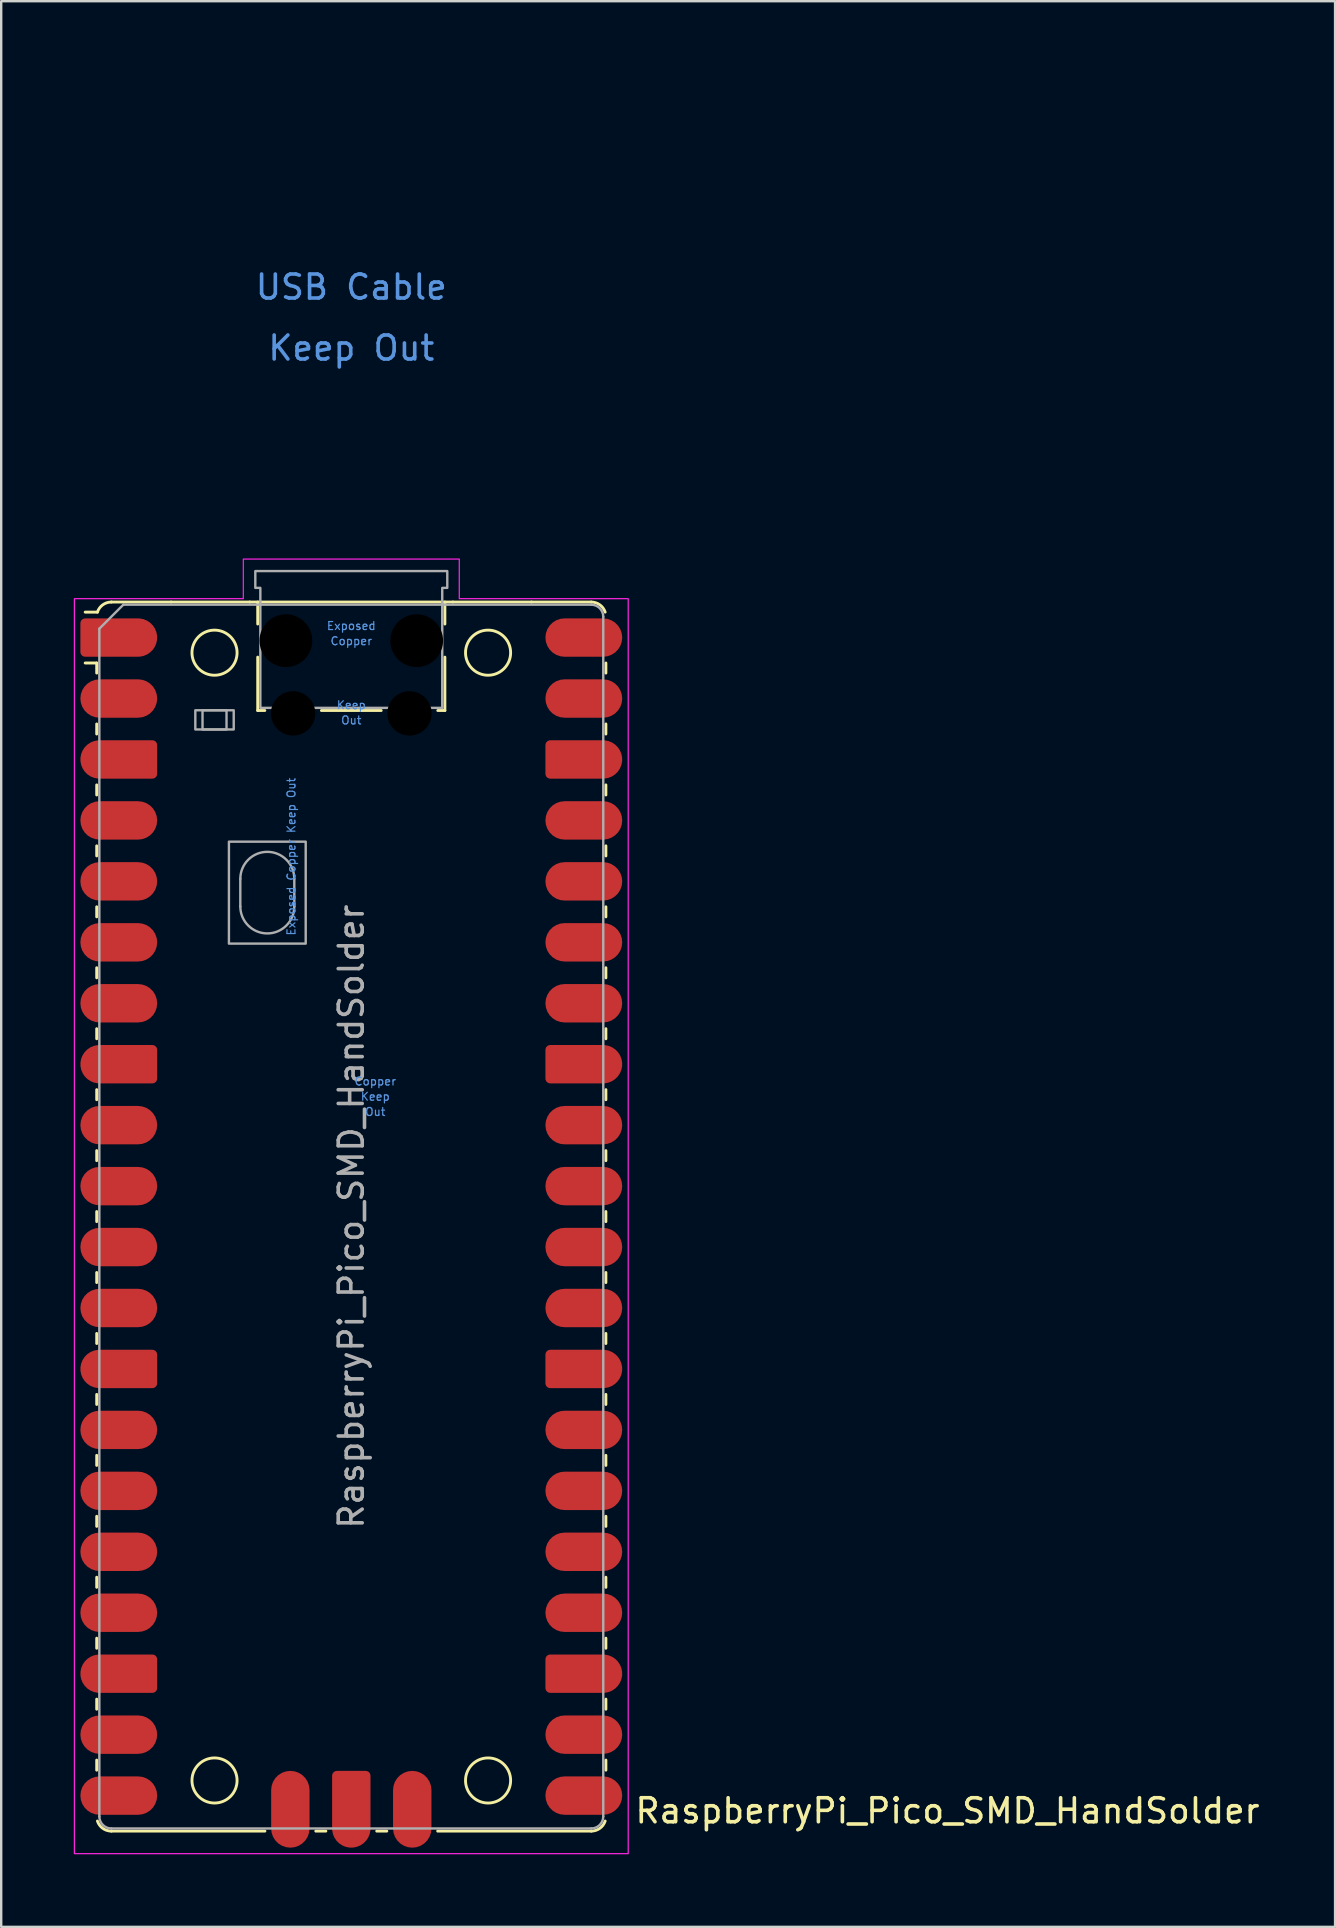
<source format=kicad_pcb>
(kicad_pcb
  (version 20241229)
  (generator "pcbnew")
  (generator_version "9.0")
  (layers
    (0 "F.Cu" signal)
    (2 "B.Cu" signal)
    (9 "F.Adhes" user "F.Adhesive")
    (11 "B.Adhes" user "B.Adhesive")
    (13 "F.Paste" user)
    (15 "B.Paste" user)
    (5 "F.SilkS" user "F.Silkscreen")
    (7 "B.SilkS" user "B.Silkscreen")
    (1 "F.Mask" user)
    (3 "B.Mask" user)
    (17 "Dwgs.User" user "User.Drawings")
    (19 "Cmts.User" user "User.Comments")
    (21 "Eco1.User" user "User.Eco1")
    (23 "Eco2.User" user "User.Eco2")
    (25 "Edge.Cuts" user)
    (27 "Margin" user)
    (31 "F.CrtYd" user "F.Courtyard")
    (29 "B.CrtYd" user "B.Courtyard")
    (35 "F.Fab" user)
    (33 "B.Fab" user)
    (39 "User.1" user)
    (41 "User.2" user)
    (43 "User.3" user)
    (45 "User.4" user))
  (footprint "RaspberryPi_Pico_SMD_HandSolder"
    (layer "F.Cu")
    (at 11.59 47.65)
    (property "Reference" "RaspberryPi_Pico_SMD_HandSolder" (at 11.748 24.765 0) (unlocked yes) (layer "F.SilkS") (effects (font (size 1 1) (thickness 0.15)) (justify left)))
    (attr smd)
    (fp_line (start -10.61 -23.07) (end -11.09 -23.07) (stroke (width 0.12) (type solid)) (layer "F.SilkS"))
    (fp_line (start -10.61 -23.07) (end -10.61 -22.65) (stroke (width 0.12) (type solid)) (layer "F.SilkS"))
    (fp_line (start -10.61 -20.53) (end -10.61 -20.11) (stroke (width 0.12) (type solid)) (layer "F.SilkS"))
    (fp_line (start -10.61 -17.99) (end -10.61 -17.57) (stroke (width 0.12) (type solid)) (layer "F.SilkS"))
    (fp_line (start -10.61 -15.45) (end -10.61 -15.03) (stroke (width 0.12) (type solid)) (layer "F.SilkS"))
    (fp_line (start -10.61 -12.91) (end -10.61 -12.49) (stroke (width 0.12) (type solid)) (layer "F.SilkS"))
    (fp_line (start -10.61 -10.37) (end -10.61 -9.95) (stroke (width 0.12) (type solid)) (layer "F.SilkS"))
    (fp_line (start -10.61 -7.83) (end -10.61 -7.41) (stroke (width 0.12) (type solid)) (layer "F.SilkS"))
    (fp_line (start -10.61 -5.29) (end -10.61 -4.87) (stroke (width 0.12) (type solid)) (layer "F.SilkS"))
    (fp_line (start -10.61 -2.75) (end -10.61 -2.33) (stroke (width 0.12) (type solid)) (layer "F.SilkS"))
    (fp_line (start -10.61 -0.21) (end -10.61 0.21) (stroke (width 0.12) (type solid)) (layer "F.SilkS"))
    (fp_line (start -10.61 2.33) (end -10.61 2.75) (stroke (width 0.12) (type solid)) (layer "F.SilkS"))
    (fp_line (start -10.61 4.87) (end -10.61 5.29) (stroke (width 0.12) (type solid)) (layer "F.SilkS"))
    (fp_line (start -10.61 7.41) (end -10.61 7.83) (stroke (width 0.12) (type solid)) (layer "F.SilkS"))
    (fp_line (start -10.61 9.95) (end -10.61 10.37) (stroke (width 0.12) (type solid)) (layer "F.SilkS"))
    (fp_line (start -10.61 12.49) (end -10.61 12.91) (stroke (width 0.12) (type solid)) (layer "F.SilkS"))
    (fp_line (start -10.61 15.03) (end -10.61 15.45) (stroke (width 0.12) (type solid)) (layer "F.SilkS"))
    (fp_line (start -10.61 17.57) (end -10.61 17.99) (stroke (width 0.12) (type solid)) (layer "F.SilkS"))
    (fp_line (start -10.61 20.11) (end -10.61 20.53) (stroke (width 0.12) (type solid)) (layer "F.SilkS"))
    (fp_line (start -10.61 22.65) (end -10.61 23.07) (stroke (width 0.12) (type solid)) (layer "F.SilkS"))
    (fp_line (start -10.58 -25.19) (end -11.09 -25.19) (stroke (width 0.12) (type solid)) (layer "F.SilkS"))
    (fp_line (start -10 -25.61) (end -7.51 -25.61) (stroke (width 0.12) (type solid)) (layer "F.SilkS"))
    (fp_line (start -10 25.61) (end -3.6 25.61) (stroke (width 0.12) (type solid)) (layer "F.SilkS"))
    (fp_line (start -7.51 -25.61) (end -4.235 -25.61) (stroke (width 0.12) (type solid)) (layer "F.SilkS"))
    (fp_line (start -4.235 -25.61) (end 4.235 -25.61) (stroke (width 0.12) (type solid)) (layer "F.SilkS"))
    (fp_line (start -3.9 -25.61) (end -3.9 -24.694) (stroke (width 0.12) (type solid)) (layer "F.SilkS"))
    (fp_line (start -3.9 -23.315) (end -3.9 -21.09) (stroke (width 0.12) (type solid)) (layer "F.SilkS"))
    (fp_line (start -3.9 -21.09) (end -3.604 -21.09) (stroke (width 0.12) (type solid)) (layer "F.SilkS"))
    (fp_line (start -1.48 25.61) (end -1.06 25.61) (stroke (width 0.12) (type solid)) (layer "F.SilkS"))
    (fp_line (start -1.246 -21.09) (end 1.246 -21.09) (stroke (width 0.12) (type solid)) (layer "F.SilkS"))
    (fp_line (start 1.06 25.61) (end 1.48 25.61) (stroke (width 0.12) (type solid)) (layer "F.SilkS"))
    (fp_line (start 3.6 25.61) (end 10 25.61) (stroke (width 0.12) (type solid)) (layer "F.SilkS"))
    (fp_line (start 3.604 -21.09) (end 3.9 -21.09) (stroke (width 0.12) (type solid)) (layer "F.SilkS"))
    (fp_line (start 3.9 -25.61) (end 3.9 -24.694) (stroke (width 0.12) (type solid)) (layer "F.SilkS"))
    (fp_line (start 3.9 -23.315) (end 3.9 -21.09) (stroke (width 0.12) (type solid)) (layer "F.SilkS"))
    (fp_line (start 4.235 -25.61) (end 7.51 -25.61) (stroke (width 0.12) (type solid)) (layer "F.SilkS"))
    (fp_line (start 10 -25.61) (end 7.51 -25.61) (stroke (width 0.12) (type solid)) (layer "F.SilkS"))
    (fp_line (start 10.61 -23.07) (end 10.61 -22.65) (stroke (width 0.12) (type solid)) (layer "F.SilkS"))
    (fp_line (start 10.61 -20.53) (end 10.61 -20.11) (stroke (width 0.12) (type solid)) (layer "F.SilkS"))
    (fp_line (start 10.61 -17.99) (end 10.61 -17.57) (stroke (width 0.12) (type solid)) (layer "F.SilkS"))
    (fp_line (start 10.61 -15.45) (end 10.61 -15.03) (stroke (width 0.12) (type solid)) (layer "F.SilkS"))
    (fp_line (start 10.61 -12.91) (end 10.61 -12.49) (stroke (width 0.12) (type solid)) (layer "F.SilkS"))
    (fp_line (start 10.61 -10.37) (end 10.61 -9.95) (stroke (width 0.12) (type solid)) (layer "F.SilkS"))
    (fp_line (start 10.61 -7.83) (end 10.61 -7.41) (stroke (width 0.12) (type solid)) (layer "F.SilkS"))
    (fp_line (start 10.61 -5.29) (end 10.61 -4.87) (stroke (width 0.12) (type solid)) (layer "F.SilkS"))
    (fp_line (start 10.61 -2.75) (end 10.61 -2.33) (stroke (width 0.12) (type solid)) (layer "F.SilkS"))
    (fp_line (start 10.61 -0.21) (end 10.61 0.21) (stroke (width 0.12) (type solid)) (layer "F.SilkS"))
    (fp_line (start 10.61 2.33) (end 10.61 2.75) (stroke (width 0.12) (type solid)) (layer "F.SilkS"))
    (fp_line (start 10.61 4.87) (end 10.61 5.29) (stroke (width 0.12) (type solid)) (layer "F.SilkS"))
    (fp_line (start 10.61 7.41) (end 10.61 7.83) (stroke (width 0.12) (type solid)) (layer "F.SilkS"))
    (fp_line (start 10.61 9.95) (end 10.61 10.37) (stroke (width 0.12) (type solid)) (layer "F.SilkS"))
    (fp_line (start 10.61 12.49) (end 10.61 12.91) (stroke (width 0.12) (type solid)) (layer "F.SilkS"))
    (fp_line (start 10.61 15.03) (end 10.61 15.45) (stroke (width 0.12) (type solid)) (layer "F.SilkS"))
    (fp_line (start 10.61 17.57) (end 10.61 17.99) (stroke (width 0.12) (type solid)) (layer "F.SilkS"))
    (fp_line (start 10.61 20.11) (end 10.61 20.53) (stroke (width 0.12) (type solid)) (layer "F.SilkS"))
    (fp_line (start 10.61 22.65) (end 10.61 23.07) (stroke (width 0.12) (type solid)) (layer "F.SilkS"))
    (fp_arc (start -10.579676 -25.19) (mid -10.357938 -25.493944) (end -10 -25.61) (stroke (width 0.12) (type solid)) (layer "F.SilkS"))
    (fp_arc (start -10 25.61) (mid -10.357937 25.493944) (end -10.579676 25.189937) (stroke (width 0.12) (type solid)) (layer "F.SilkS"))
    (fp_arc (start 10 -25.61) (mid 10.357937 -25.493944) (end 10.579676 -25.189937) (stroke (width 0.12) (type solid)) (layer "F.SilkS"))
    (fp_arc (start 10.579676 25.189937) (mid 10.357958 25.493991) (end 10 25.61) (stroke (width 0.12) (type solid)) (layer "F.SilkS"))
    (fp_circle (center -5.7 -23.5) (end -4.76 -23.5) (stroke (width 0.12) (type solid)) (fill no) (layer "F.SilkS"))
    (fp_circle (center -5.7 23.5) (end -4.76 23.5) (stroke (width 0.12) (type solid)) (fill no) (layer "F.SilkS"))
    (fp_circle (center 5.7 -23.5) (end 6.64 -23.5) (stroke (width 0.12) (type solid)) (fill no) (layer "F.SilkS"))
    (fp_circle (center 5.7 23.5) (end 6.64 23.5) (stroke (width 0.12) (type solid)) (fill no) (layer "F.SilkS"))
    (fp_poly (pts (xy -4.5 -27.4) (xy 4.5 -27.4) (xy 4.5 -25.75) (xy 11.54 -25.75) (xy 11.54 26.55) (xy -11.54 26.55) (xy -11.54 -25.75) (xy -4.5 -25.75)) (stroke (width 0.05) (type solid)) (fill no) (layer "F.CrtYd"))
    (fp_line (start -10.5 -24.5) (end -9.5 -25.5) (stroke (width 0.1) (type solid)) (layer "F.Fab"))
    (fp_line (start -10.5 25) (end -10.5 -24.5) (stroke (width 0.1) (type solid)) (layer "F.Fab"))
    (fp_line (start -9.5 -25.5) (end 10 -25.5) (stroke (width 0.1) (type solid)) (layer "F.Fab"))
    (fp_line (start -4.625 -14.075) (end -4.625 -12.925) (stroke (width 0.1) (type solid)) (layer "F.Fab"))
    (fp_line (start -2.375 -14.075) (end -2.375 -12.925) (stroke (width 0.1) (type solid)) (layer "F.Fab"))
    (fp_line (start 10 25.5) (end -10 25.5) (stroke (width 0.1) (type solid)) (layer "F.Fab"))
    (fp_line (start 10.5 -25) (end 10.5 25) (stroke (width 0.1) (type solid)) (layer "F.Fab"))
    (fp_rect (start -6.5 -21.1) (end -4.9 -20.3) (stroke (width 0.1) (type solid)) (fill no) (layer "F.Fab"))
    (fp_rect (start -6.2 -21.1) (end -5.2 -20.3) (stroke (width 0.1) (type solid)) (fill no) (layer "F.Fab"))
    (fp_rect (start -5.1 -15.625) (end -1.9 -11.375) (stroke (width 0.1) (type solid)) (fill no) (layer "F.Fab"))
    (fp_arc (start -10 25.5) (mid -10.353553 25.353553) (end -10.5 25) (stroke (width 0.1) (type solid)) (layer "F.Fab"))
    (fp_arc (start -4.625 -14.075) (mid -3.5 -15.2) (end -2.375 -14.075) (stroke (width 0.1) (type solid)) (layer "F.Fab"))
    (fp_arc (start -2.375 -12.925) (mid -3.5 -11.8) (end -4.625 -12.925) (stroke (width 0.1) (type solid)) (layer "F.Fab"))
    (fp_arc (start 10 -25.5) (mid 10.353553 -25.353553) (end 10.5 -25) (stroke (width 0.1) (type solid)) (layer "F.Fab"))
    (fp_arc (start 10.5 25) (mid 10.353553 25.353553) (end 10 25.5) (stroke (width 0.1) (type solid)) (layer "F.Fab"))
    (fp_poly (pts (xy 3.79 -21.2) (xy 3.79 -26.2) (xy 4 -26.2) (xy 4 -26.9) (xy -4 -26.9) (xy -4 -26.2) (xy -3.79 -26.2) (xy -3.79 -21.2)) (stroke (width 0.1) (type solid)) (fill no) (layer "F.Fab"))
    (fp_text user "Out" (at 1 -4.365 0) (unlocked yes) (layer "Cmts.User") (effects (font (size 0.333 0.333) (thickness 0.05))))
    (fp_text user "Exposed" (at 0 -24.617 0) (unlocked yes) (layer "Cmts.User") (effects (font (size 0.333 0.333) (thickness 0.05))))
    (fp_text user "Keep Out" (at 0 -36.195 0) (unlocked yes) (layer "Cmts.User") (effects (font (size 1 1) (thickness 0.15))))
    (fp_text user "Keep" (at 1 -5 0) (unlocked yes) (layer "Cmts.User") (effects (font (size 0.333 0.333) (thickness 0.05))))
    (fp_text user "Copper" (at 1 -5.635 0) (unlocked yes) (layer "Cmts.User") (effects (font (size 0.333 0.333) (thickness 0.05))))
    (fp_text user "Copper" (at 0 -23.983 0) (unlocked yes) (layer "Cmts.User") (effects (font (size 0.333 0.333) (thickness 0.05))))
    (fp_text user "Keep" (at 0 -21.317 0) (unlocked yes) (layer "Cmts.User") (effects (font (size 0.333 0.333) (thickness 0.05))))
    (fp_text user "USB Cable" (at 0 -38.735 0) (unlocked yes) (layer "Cmts.User") (effects (font (size 1 1) (thickness 0.15))))
    (fp_text user "Out" (at 0 -20.683 0) (unlocked yes) (layer "Cmts.User") (effects (font (size 0.333 0.333) (thickness 0.05))))
    (fp_text user "Exposed Copper Keep Out" (at -2.5 -15 90) (unlocked yes) (layer "Cmts.User") (effects (font (size 0.333 0.333) (thickness 0.05))))
    (fp_text user "${REFERENCE}" (at 0 0 90) (layer "F.Fab") (effects (font (size 1 1) (thickness 0.15))))
    (pad "" smd rect (at -8.89 -24.13) (size 3.8 2.2) (drill (offset -0.8 0)) (layers "F.Paste"))
    (pad "" smd rect (at -8.89 -21.59) (size 3.8 2.2) (drill (offset -0.8 0)) (layers "F.Paste"))
    (pad "" smd rect (at -8.89 -19.05) (size 3.8 2.2) (drill (offset -0.8 0)) (layers "F.Paste"))
    (pad "" smd rect (at -8.89 -16.51) (size 3.8 2.2) (drill (offset -0.8 0)) (layers "F.Paste"))
    (pad "" smd rect (at -8.89 -13.97) (size 3.8 2.2) (drill (offset -0.8 0)) (layers "F.Paste"))
    (pad "" smd rect (at -8.89 -11.43) (size 3.8 2.2) (drill (offset -0.8 0)) (layers "F.Paste"))
    (pad "" smd rect (at -8.89 -8.89) (size 3.8 2.2) (drill (offset -0.8 0)) (layers "F.Paste"))
    (pad "" smd rect (at -8.89 -6.35) (size 3.8 2.2) (drill (offset -0.8 0)) (layers "F.Paste"))
    (pad "" smd rect (at -8.89 -3.81) (size 3.8 2.2) (drill (offset -0.8 0)) (layers "F.Paste"))
    (pad "" smd rect (at -8.89 -1.27) (size 3.8 2.2) (drill (offset -0.8 0)) (layers "F.Paste"))
    (pad "" smd rect (at -8.89 1.27) (size 3.8 2.2) (drill (offset -0.8 0)) (layers "F.Paste"))
    (pad "" smd rect (at -8.89 3.81) (size 3.8 2.2) (drill (offset -0.8 0)) (layers "F.Paste"))
    (pad "" smd rect (at -8.89 6.35) (size 3.8 2.2) (drill (offset -0.8 0)) (layers "F.Paste"))
    (pad "" smd rect (at -8.89 8.89) (size 3.8 2.2) (drill (offset -0.8 0)) (layers "F.Paste"))
    (pad "" smd rect (at -8.89 11.43) (size 3.8 2.2) (drill (offset -0.8 0)) (layers "F.Paste"))
    (pad "" smd rect (at -8.89 13.97) (size 3.8 2.2) (drill (offset -0.8 0)) (layers "F.Paste"))
    (pad "" smd rect (at -8.89 16.51) (size 3.8 2.2) (drill (offset -0.8 0)) (layers "F.Paste"))
    (pad "" smd rect (at -8.89 19.05) (size 3.8 2.2) (drill (offset -0.8 0)) (layers "F.Paste"))
    (pad "" smd rect (at -8.89 21.59) (size 3.8 2.2) (drill (offset -0.8 0)) (layers "F.Paste"))
    (pad "" smd rect (at -8.89 24.13) (size 3.8 2.2) (drill (offset -0.8 0)) (layers "F.Paste"))
    (pad "" np_thru_hole circle (at -2.725 -24) (size 2.2 2.2) (drill 2.2) (layers "*.Mask"))
    (pad "" smd rect (at -2.54 23.9) (size 2.2 3.8) (drill (offset 0 0.8)) (layers "F.Paste"))
    (pad "" np_thru_hole circle (at -2.425 -20.97) (size 1.85 1.85) (drill 1.85) (layers "*.Mask"))
    (pad "" smd rect (at 0 23.9) (size 2.2 3.8) (drill (offset 0 0.8)) (layers "F.Paste"))
    (pad "" np_thru_hole circle (at 2.425 -20.97) (size 1.85 1.85) (drill 1.85) (layers "*.Mask"))
    (pad "" smd rect (at 2.54 23.9) (size 2.2 3.8) (drill (offset 0 0.8)) (layers "F.Paste"))
    (pad "" np_thru_hole circle (at 2.725 -24) (size 2.2 2.2) (drill 2.2) (layers "*.Mask"))
    (pad "" smd rect (at 8.89 -24.13) (size 3.8 2.2) (drill (offset 0.8 0)) (layers "F.Paste"))
    (pad "" smd rect (at 8.89 -21.59) (size 3.8 2.2) (drill (offset 0.8 0)) (layers "F.Paste"))
    (pad "" smd rect (at 8.89 -19.05) (size 3.8 2.2) (drill (offset 0.8 0)) (layers "F.Paste"))
    (pad "" smd rect (at 8.89 -16.51) (size 3.8 2.2) (drill (offset 0.8 0)) (layers "F.Paste"))
    (pad "" smd rect (at 8.89 -13.97) (size 3.8 2.2) (drill (offset 0.8 0)) (layers "F.Paste"))
    (pad "" smd rect (at 8.89 -11.43) (size 3.8 2.2) (drill (offset 0.8 0)) (layers "F.Paste"))
    (pad "" smd rect (at 8.89 -8.89) (size 3.8 2.2) (drill (offset 0.8 0)) (layers "F.Paste"))
    (pad "" smd rect (at 8.89 -6.35) (size 3.8 2.2) (drill (offset 0.8 0)) (layers "F.Paste"))
    (pad "" smd rect (at 8.89 -3.81) (size 3.8 2.2) (drill (offset 0.8 0)) (layers "F.Paste"))
    (pad "" smd rect (at 8.89 -1.27) (size 3.8 2.2) (drill (offset 0.8 0)) (layers "F.Paste"))
    (pad "" smd rect (at 8.89 1.27) (size 3.8 2.2) (drill (offset 0.8 0)) (layers "F.Paste"))
    (pad "" smd rect (at 8.89 3.81) (size 3.8 2.2) (drill (offset 0.8 0)) (layers "F.Paste"))
    (pad "" smd rect (at 8.89 6.35) (size 3.8 2.2) (drill (offset 0.8 0)) (layers "F.Paste"))
    (pad "" smd rect (at 8.89 8.89) (size 3.8 2.2) (drill (offset 0.8 0)) (layers "F.Paste"))
    (pad "" smd rect (at 8.89 11.43) (size 3.8 2.2) (drill (offset 0.8 0)) (layers "F.Paste"))
    (pad "" smd rect (at 8.89 13.97) (size 3.8 2.2) (drill (offset 0.8 0)) (layers "F.Paste"))
    (pad "" smd rect (at 8.89 16.51) (size 3.8 2.2) (drill (offset 0.8 0)) (layers "F.Paste"))
    (pad "" smd rect (at 8.89 19.05) (size 3.8 2.2) (drill (offset 0.8 0)) (layers "F.Paste"))
    (pad "" smd rect (at 8.89 21.59) (size 3.8 2.2) (drill (offset 0.8 0)) (layers "F.Paste"))
    (pad "" smd rect (at 8.89 24.13) (size 3.8 2.2) (drill (offset 0.8 0)) (layers "F.Paste"))
    (pad "1" smd custom (at -8.89 -24.13) (size 1.6 1.6) (layers "F.Cu" "F.Mask") (options (anchor circle)) (primitives (gr_poly (pts (xy -2.4 0.6) (xy -2.4 -0.6) (xy -2.2 -0.8) (xy 0 -0.8) (xy 0 0.8) (xy -2.2 0.8)) (width 0) (fill yes)) (gr_circle (center -2.2 0.6) (end -2 0.6) (width 0) (fill yes)) (gr_circle (center -2.2 -0.6) (end -2 -0.6) (width 0) (fill yes))))
    (pad "2" smd roundrect (at -8.89 -21.59) (size 3.2 1.6) (drill (offset -0.8 0)) (layers "F.Cu" "F.Mask") (roundrect_rratio 0.5))
    (pad "3" smd custom (at -8.89 -19.05) (size 1.6 1.6) (layers "F.Cu" "F.Mask") (options (anchor circle)) (primitives (gr_poly (pts (xy 0.8 -0.6) (xy 0.8 0.6) (xy 0.6 0.8) (xy -1.6 0.8) (xy -1.6 -0.8) (xy 0.6 -0.8)) (width 0) (fill yes)) (gr_circle (center 0.6 0.6) (end 0.8 0.6) (width 0) (fill yes)) (gr_circle (center 0.6 -0.6) (end 0.8 -0.6) (width 0) (fill yes)) (gr_circle (center -1.6 0) (end -0.8 0) (width 0) (fill yes))))
    (pad "4" smd roundrect (at -8.89 -16.51) (size 3.2 1.6) (drill (offset -0.8 0)) (layers "F.Cu" "F.Mask") (roundrect_rratio 0.5))
    (pad "5" smd roundrect (at -8.89 -13.97) (size 3.2 1.6) (drill (offset -0.8 0)) (layers "F.Cu" "F.Mask") (roundrect_rratio 0.5))
    (pad "6" smd roundrect (at -8.89 -11.43) (size 3.2 1.6) (drill (offset -0.8 0)) (layers "F.Cu" "F.Mask") (roundrect_rratio 0.5))
    (pad "7" smd roundrect (at -8.89 -8.89) (size 3.2 1.6) (drill (offset -0.8 0)) (layers "F.Cu" "F.Mask") (roundrect_rratio 0.5))
    (pad "8" smd custom (at -8.89 -6.35) (size 1.6 1.6) (layers "F.Cu" "F.Mask") (options (anchor circle)) (primitives (gr_poly (pts (xy 0.8 -0.6) (xy 0.8 0.6) (xy 0.6 0.8) (xy -1.6 0.8) (xy -1.6 -0.8) (xy 0.6 -0.8)) (width 0) (fill yes)) (gr_circle (center 0.6 0.6) (end 0.8 0.6) (width 0) (fill yes)) (gr_circle (center 0.6 -0.6) (end 0.8 -0.6) (width 0) (fill yes)) (gr_circle (center -1.6 0) (end -0.8 0) (width 0) (fill yes))))
    (pad "9" smd roundrect (at -8.89 -3.81) (size 3.2 1.6) (drill (offset -0.8 0)) (layers "F.Cu" "F.Mask") (roundrect_rratio 0.5))
    (pad "10" smd roundrect (at -8.89 -1.27) (size 3.2 1.6) (drill (offset -0.8 0)) (layers "F.Cu" "F.Mask") (roundrect_rratio 0.5))
    (pad "11" smd roundrect (at -8.89 1.27) (size 3.2 1.6) (drill (offset -0.8 0)) (layers "F.Cu" "F.Mask") (roundrect_rratio 0.5))
    (pad "12" smd roundrect (at -8.89 3.81) (size 3.2 1.6) (drill (offset -0.8 0)) (layers "F.Cu" "F.Mask") (roundrect_rratio 0.5))
    (pad "13" smd custom (at -8.89 6.35) (size 1.6 1.6) (layers "F.Cu" "F.Mask") (options (anchor circle)) (primitives (gr_poly (pts (xy 0.8 -0.6) (xy 0.8 0.6) (xy 0.6 0.8) (xy -1.6 0.8) (xy -1.6 -0.8) (xy 0.6 -0.8)) (width 0) (fill yes)) (gr_circle (center 0.6 0.6) (end 0.8 0.6) (width 0) (fill yes)) (gr_circle (center 0.6 -0.6) (end 0.8 -0.6) (width 0) (fill yes)) (gr_circle (center -1.6 0) (end -0.8 0) (width 0) (fill yes))))
    (pad "14" smd roundrect (at -8.89 8.89) (size 3.2 1.6) (drill (offset -0.8 0)) (layers "F.Cu" "F.Mask") (roundrect_rratio 0.5))
    (pad "15" smd roundrect (at -8.89 11.43) (size 3.2 1.6) (drill (offset -0.8 0)) (layers "F.Cu" "F.Mask") (roundrect_rratio 0.5))
    (pad "16" smd roundrect (at -8.89 13.97) (size 3.2 1.6) (drill (offset -0.8 0)) (layers "F.Cu" "F.Mask") (roundrect_rratio 0.5))
    (pad "17" smd roundrect (at -8.89 16.51) (size 3.2 1.6) (drill (offset -0.8 0)) (layers "F.Cu" "F.Mask") (roundrect_rratio 0.5))
    (pad "18" smd custom (at -8.89 19.05) (size 1.6 1.6) (layers "F.Cu" "F.Mask") (options (anchor circle)) (primitives (gr_poly (pts (xy 0.8 -0.6) (xy 0.8 0.6) (xy 0.6 0.8) (xy -1.6 0.8) (xy -1.6 -0.8) (xy 0.6 -0.8)) (width 0) (fill yes)) (gr_circle (center 0.6 0.6) (end 0.8 0.6) (width 0) (fill yes)) (gr_circle (center 0.6 -0.6) (end 0.8 -0.6) (width 0) (fill yes)) (gr_circle (center -1.6 0) (end -0.8 0) (width 0) (fill yes))))
    (pad "19" smd roundrect (at -8.89 21.59) (size 3.2 1.6) (drill (offset -0.8 0)) (layers "F.Cu" "F.Mask") (roundrect_rratio 0.5))
    (pad "20" smd roundrect (at -8.89 24.13) (size 3.2 1.6) (drill (offset -0.8 0)) (layers "F.Cu" "F.Mask") (roundrect_rratio 0.5))
    (pad "21" smd roundrect (at 8.89 24.13) (size 3.2 1.6) (drill (offset 0.8 0)) (layers "F.Cu" "F.Mask") (roundrect_rratio 0.5))
    (pad "22" smd roundrect (at 8.89 21.59) (size 3.2 1.6) (drill (offset 0.8 0)) (layers "F.Cu" "F.Mask") (roundrect_rratio 0.5))
    (pad "23" smd custom (at 8.89 19.05) (size 1.6 1.6) (layers "F.Cu" "F.Mask") (options (anchor circle)) (primitives (gr_poly (pts (xy -0.8 -0.6) (xy -0.8 0.6) (xy -0.6 0.8) (xy 1.6 0.8) (xy 1.6 -0.8) (xy -0.6 -0.8)) (width 0) (fill yes)) (gr_circle (center -0.6 0.6) (end -0.4 0.6) (width 0) (fill yes)) (gr_circle (center -0.6 -0.6) (end -0.4 -0.6) (width 0) (fill yes)) (gr_circle (center 1.6 0) (end 2.4 0) (width 0) (fill yes))))
    (pad "24" smd roundrect (at 8.89 16.51) (size 3.2 1.6) (drill (offset 0.8 0)) (layers "F.Cu" "F.Mask") (roundrect_rratio 0.5))
    (pad "25" smd roundrect (at 8.89 13.97) (size 3.2 1.6) (drill (offset 0.8 0)) (layers "F.Cu" "F.Mask") (roundrect_rratio 0.5))
    (pad "26" smd roundrect (at 8.89 11.43) (size 3.2 1.6) (drill (offset 0.8 0)) (layers "F.Cu" "F.Mask") (roundrect_rratio 0.5))
    (pad "27" smd roundrect (at 8.89 8.89) (size 3.2 1.6) (drill (offset 0.8 0)) (layers "F.Cu" "F.Mask") (roundrect_rratio 0.5))
    (pad "28" smd custom (at 8.89 6.35) (size 1.6 1.6) (layers "F.Cu" "F.Mask") (options (anchor circle)) (primitives (gr_poly (pts (xy -0.8 -0.6) (xy -0.8 0.6) (xy -0.6 0.8) (xy 1.6 0.8) (xy 1.6 -0.8) (xy -0.6 -0.8)) (width 0) (fill yes)) (gr_circle (center -0.6 0.6) (end -0.4 0.6) (width 0) (fill yes)) (gr_circle (center -0.6 -0.6) (end -0.4 -0.6) (width 0) (fill yes)) (gr_circle (center 1.6 0) (end 2.4 0) (width 0) (fill yes))))
    (pad "29" smd roundrect (at 8.89 3.81) (size 3.2 1.6) (drill (offset 0.8 0)) (layers "F.Cu" "F.Mask") (roundrect_rratio 0.5))
    (pad "30" smd roundrect (at 8.89 1.27) (size 3.2 1.6) (drill (offset 0.8 0)) (layers "F.Cu" "F.Mask") (roundrect_rratio 0.5))
    (pad "31" smd roundrect (at 8.89 -1.27) (size 3.2 1.6) (drill (offset 0.8 0)) (layers "F.Cu" "F.Mask") (roundrect_rratio 0.5))
    (pad "32" smd roundrect (at 8.89 -3.81) (size 3.2 1.6) (drill (offset 0.8 0)) (layers "F.Cu" "F.Mask") (roundrect_rratio 0.5))
    (pad "33" smd custom (at 8.89 -6.35) (size 1.6 1.6) (layers "F.Cu" "F.Mask") (options (anchor circle)) (primitives (gr_poly (pts (xy -0.8 -0.6) (xy -0.8 0.6) (xy -0.6 0.8) (xy 1.6 0.8) (xy 1.6 -0.8) (xy -0.6 -0.8)) (width 0) (fill yes)) (gr_circle (center -0.6 0.6) (end -0.4 0.6) (width 0) (fill yes)) (gr_circle (center -0.6 -0.6) (end -0.4 -0.6) (width 0) (fill yes)) (gr_circle (center 1.6 0) (end 2.4 0) (width 0) (fill yes))))
    (pad "34" smd roundrect (at 8.89 -8.89) (size 3.2 1.6) (drill (offset 0.8 0)) (layers "F.Cu" "F.Mask") (roundrect_rratio 0.5))
    (pad "35" smd roundrect (at 8.89 -11.43) (size 3.2 1.6) (drill (offset 0.8 0)) (layers "F.Cu" "F.Mask") (roundrect_rratio 0.5))
    (pad "36" smd roundrect (at 8.89 -13.97) (size 3.2 1.6) (drill (offset 0.8 0)) (layers "F.Cu" "F.Mask") (roundrect_rratio 0.5))
    (pad "37" smd roundrect (at 8.89 -16.51) (size 3.2 1.6) (drill (offset 0.8 0)) (layers "F.Cu" "F.Mask") (roundrect_rratio 0.5))
    (pad "38" smd custom (at 8.89 -19.05) (size 1.6 1.6) (layers "F.Cu" "F.Mask") (options (anchor circle)) (primitives (gr_poly (pts (xy -0.8 -0.6) (xy -0.8 0.6) (xy -0.6 0.8) (xy 1.6 0.8) (xy 1.6 -0.8) (xy -0.6 -0.8)) (width 0) (fill yes)) (gr_circle (center -0.6 0.6) (end -0.4 0.6) (width 0) (fill yes)) (gr_circle (center -0.6 -0.6) (end -0.4 -0.6) (width 0) (fill yes)) (gr_circle (center 1.6 0) (end 2.4 0) (width 0) (fill yes))))
    (pad "39" smd roundrect (at 8.89 -21.59) (size 3.2 1.6) (drill (offset 0.8 0)) (layers "F.Cu" "F.Mask") (roundrect_rratio 0.5))
    (pad "40" smd roundrect (at 8.89 -24.13) (size 3.2 1.6) (drill (offset 0.8 0)) (layers "F.Cu" "F.Mask") (roundrect_rratio 0.5))
    (pad "D1" smd roundrect (at -2.54 23.9 90) (size 3.2 1.6) (drill (offset -0.8 0)) (layers "F.Cu" "F.Mask") (roundrect_rratio 0.5))
    (pad "D2" smd custom (at 0 23.9 270) (size 1.6 1.6) (layers "F.Cu" "F.Mask") (options (anchor circle)) (primitives (gr_poly (pts (xy -0.8 -0.6) (xy -0.8 0.6) (xy -0.6 0.8) (xy 1.6 0.8) (xy 1.6 -0.8) (xy -0.6 -0.8)) (width 0) (fill yes)) (gr_circle (center -0.6 0.6) (end -0.4 0.6) (width 0) (fill yes)) (gr_circle (center -0.6 -0.6) (end -0.4 -0.6) (width 0) (fill yes)) (gr_circle (center 1.6 0) (end 2.4 0) (width 0) (fill yes))))
    (pad "D3" smd roundrect (at 2.54 23.9 90) (size 3.2 1.6) (drill (offset -0.8 0)) (layers "F.Cu" "F.Mask") (roundrect_rratio 0.5))
    (zone (net_name "") (layers "F.Cu" "F.Paste") (name "Pad Keep Out TP4") (hatch full 0.5) (connect_pads) (min_thickness 0.25) (filled_areas_thickness no) (keepout (tracks not_allowed) (vias not_allowed) (pads not_allowed) (copperpour not_allowed) (footprints allowed)) (placement (enabled no)) (fill) (polygon (pts (xy 8.574 31.098) (xy 8.448 31.064) (xy 8.334 30.998) (xy 8.242 30.906) (xy 8.176 30.792) (xy 8.142 30.666) (xy 8.14 30.6) (xy 8.14 30.15) (xy 10.04 30.15) (xy 10.04 30.6) (xy 10.038 30.666) (xy 10.004 30.792) (xy 9.938 30.906) (xy 9.846 30.998) (xy 9.732 31.064) (xy 9.606 31.098) (xy 9.54 31.1) (xy 8.64 31.1))))
    (zone (net_name "") (layers "F.Cu" "F.Paste") (name "Pad Keep Out TP5") (hatch full 0.5) (connect_pads) (min_thickness 0.25) (filled_areas_thickness no) (keepout (tracks not_allowed) (vias not_allowed) (pads not_allowed) (copperpour not_allowed) (footprints allowed)) (placement (enabled no)) (fill) (polygon (pts (xy 8.574 33.598) (xy 8.448 33.564) (xy 8.334 33.498) (xy 8.242 33.406) (xy 8.176 33.292) (xy 8.142 33.166) (xy 8.14 33.1) (xy 8.14 32.65) (xy 10.04 32.65) (xy 10.04 33.1) (xy 10.038 33.166) (xy 10.004 33.292) (xy 9.938 33.406) (xy 9.846 33.498) (xy 9.732 33.564) (xy 9.606 33.598) (xy 9.54 33.6) (xy 8.64 33.6))))
    (zone (net_name "") (layers "F.Cu" "F.Paste") (name "Pad Keep Out TP6") (hatch full 0.5) (connect_pads) (min_thickness 0.25) (filled_areas_thickness no) (keepout (tracks not_allowed) (vias not_allowed) (pads not_allowed) (copperpour not_allowed) (footprints allowed)) (placement (enabled no)) (fill) (polygon (pts (xy 8.574 36.098) (xy 8.448 36.064) (xy 8.334 35.998) (xy 8.242 35.906) (xy 8.176 35.792) (xy 8.142 35.666) (xy 8.14 35.6) (xy 8.14 35.15) (xy 10.04 35.15) (xy 10.04 35.6) (xy 10.038 35.666) (xy 10.004 35.792) (xy 9.938 35.906) (xy 9.846 35.998) (xy 9.732 36.064) (xy 9.606 36.098) (xy 9.54 36.1) (xy 8.64 36.1))))
    (zone (net_name "") (layers "F.Cu" "F.Paste") (name "Pad Keep Out TP3") (hatch full 0.5) (connect_pads) (min_thickness 0.25) (filled_areas_thickness no) (keepout (tracks not_allowed) (vias not_allowed) (pads not_allowed) (copperpour not_allowed) (footprints allowed)) (placement (enabled no)) (fill) (polygon (pts (xy 9.642 22.834) (xy 9.676 22.708) (xy 9.742 22.594) (xy 9.834 22.502) (xy 9.948 22.436) (xy 10.074 22.402) (xy 10.14 22.4) (xy 10.59 22.4) (xy 10.59 24.3) (xy 10.14 24.3) (xy 10.074 24.298) (xy 9.948 24.264) (xy 9.834 24.198) (xy 9.742 24.106) (xy 9.676 23.992) (xy 9.642 23.866) (xy 9.64 23.8) (xy 9.64 22.9))))
    (zone (net_name "") (layers "F.Cu" "F.Paste") (name "Pad Keep Out TP4") (hatch full 0.5) (connect_pads) (min_thickness 0.25) (filled_areas_thickness no) (keepout (tracks not_allowed) (vias not_allowed) (pads not_allowed) (copperpour not_allowed) (footprints allowed)) (placement (enabled no)) (fill) (polygon (pts (xy 10.04 30.15) (xy 10.04 29.7) (xy 10.038 29.634) (xy 10.004 29.508) (xy 9.938 29.394) (xy 9.846 29.302) (xy 9.732 29.236) (xy 9.606 29.202) (xy 9.54 29.2) (xy 8.64 29.2) (xy 8.574 29.202) (xy 8.448 29.236) (xy 8.334 29.302) (xy 8.242 29.394) (xy 8.176 29.508) (xy 8.142 29.634) (xy 8.14 29.7) (xy 8.14 30.15))))
    (zone (net_name "") (layers "F.Cu" "F.Paste") (name "Pad Keep Out TP5") (hatch full 0.5) (connect_pads) (min_thickness 0.25) (filled_areas_thickness no) (keepout (tracks not_allowed) (vias not_allowed) (pads not_allowed) (copperpour not_allowed) (footprints allowed)) (placement (enabled no)) (fill) (polygon (pts (xy 10.04 32.65) (xy 10.04 32.2) (xy 10.038 32.134) (xy 10.004 32.008) (xy 9.938 31.894) (xy 9.846 31.802) (xy 9.732 31.736) (xy 9.606 31.702) (xy 9.54 31.7) (xy 8.64 31.7) (xy 8.574 31.702) (xy 8.448 31.736) (xy 8.334 31.802) (xy 8.242 31.894) (xy 8.176 32.008) (xy 8.142 32.134) (xy 8.14 32.2) (xy 8.14 32.65))))
    (zone (net_name "") (layers "F.Cu" "F.Paste") (name "Pad Keep Out TP6") (hatch full 0.5) (connect_pads) (min_thickness 0.25) (filled_areas_thickness no) (keepout (tracks not_allowed) (vias not_allowed) (pads not_allowed) (copperpour not_allowed) (footprints allowed)) (placement (enabled no)) (fill) (polygon (pts (xy 10.04 35.15) (xy 10.04 34.7) (xy 10.038 34.634) (xy 10.004 34.508) (xy 9.938 34.394) (xy 9.846 34.302) (xy 9.732 34.236) (xy 9.606 34.202) (xy 9.54 34.2) (xy 8.64 34.2) (xy 8.574 34.202) (xy 8.448 34.236) (xy 8.334 34.302) (xy 8.242 34.394) (xy 8.176 34.508) (xy 8.142 34.634) (xy 8.14 34.7) (xy 8.14 35.15))))
    (zone (net_name "") (layers "F.Cu" "F.Paste") (name "Pad Keep Out TP3") (hatch full 0.5) (connect_pads) (min_thickness 0.25) (filled_areas_thickness no) (keepout (tracks not_allowed) (vias not_allowed) (pads not_allowed) (copperpour not_allowed) (footprints allowed)) (placement (enabled no)) (fill) (polygon (pts (xy 10.59 24.3) (xy 11.04 24.3) (xy 11.106 24.298) (xy 11.232 24.264) (xy 11.346 24.198) (xy 11.438 24.106) (xy 11.504 23.992) (xy 11.538 23.866) (xy 11.54 23.8) (xy 11.54 22.9) (xy 11.538 22.834) (xy 11.504 22.708) (xy 11.438 22.594) (xy 11.346 22.502) (xy 11.232 22.436) (xy 11.106 22.402) (xy 11.04 22.4) (xy 10.59 22.4))))
    (zone (net_name "") (layers "F.Cu" "F.Paste") (name "Pad Keep Out TP1") (hatch full 0.5) (connect_pads) (min_thickness 0.25) (filled_areas_thickness no) (keepout (tracks not_allowed) (vias not_allowed) (pads not_allowed) (copperpour not_allowed) (footprints allowed)) (placement (enabled no)) (fill) (polygon (pts (xy 10.642 26.134) (xy 10.676 26.008) (xy 10.742 25.894) (xy 10.834 25.802) (xy 10.948 25.736) (xy 11.074 25.702) (xy 11.14 25.7) (xy 11.59 25.7) (xy 11.59 27.6) (xy 11.14 27.6) (xy 11.074 27.598) (xy 10.948 27.564) (xy 10.834 27.498) (xy 10.742 27.406) (xy 10.676 27.292) (xy 10.642 27.166) (xy 10.64 27.1) (xy 10.64 26.2))))
    (zone (net_name "") (layers "F.Cu" "F.Paste") (name "Pad Keep Out TP1") (hatch full 0.5) (connect_pads) (min_thickness 0.25) (filled_areas_thickness no) (keepout (tracks not_allowed) (vias not_allowed) (pads not_allowed) (copperpour not_allowed) (footprints allowed)) (placement (enabled no)) (fill) (polygon (pts (xy 11.59 27.6) (xy 12.04 27.6) (xy 12.106 27.598) (xy 12.232 27.564) (xy 12.346 27.498) (xy 12.438 27.406) (xy 12.504 27.292) (xy 12.538 27.166) (xy 12.54 27.1) (xy 12.54 26.2) (xy 12.538 26.134) (xy 12.504 26.008) (xy 12.438 25.894) (xy 12.346 25.802) (xy 12.232 25.736) (xy 12.106 25.702) (xy 12.04 25.7) (xy 11.59 25.7))))
    (zone (net_name "") (layers "F.Cu" "F.Paste") (name "Pad Keep Out TP2") (hatch full 0.5) (connect_pads) (min_thickness 0.25) (filled_areas_thickness no) (keepout (tracks not_allowed) (vias not_allowed) (pads not_allowed) (copperpour not_allowed) (footprints allowed)) (placement (enabled no)) (fill) (polygon (pts (xy 11.642 22.849) (xy 11.676 22.723) (xy 11.742 22.609) (xy 11.834 22.517) (xy 11.948 22.451) (xy 12.074 22.417) (xy 12.14 22.415) (xy 12.59 22.415) (xy 12.59 24.315) (xy 12.14 24.315) (xy 12.074 24.313) (xy 11.948 24.279) (xy 11.834 24.213) (xy 11.742 24.121) (xy 11.676 24.007) (xy 11.642 23.881) (xy 11.64 23.815) (xy 11.64 22.915))))
    (zone (net_name "") (layers "F.Cu" "F.Paste") (name "Pad Keep Out TP7") (hatch full 0.5) (connect_pads) (min_thickness 0.25) (filled_areas_thickness no) (keepout (tracks not_allowed) (vias not_allowed) (pads not_allowed) (copperpour not_allowed) (footprints allowed)) (placement (enabled no)) (fill) (polygon (pts (xy 11.642 42.134) (xy 11.676 42.008) (xy 11.742 41.894) (xy 11.834 41.802) (xy 11.948 41.736) (xy 12.074 41.702) (xy 12.14 41.7) (xy 12.59 41.7) (xy 12.59 43.6) (xy 12.14 43.6) (xy 12.074 43.598) (xy 11.948 43.564) (xy 11.834 43.498) (xy 11.742 43.406) (xy 11.676 43.292) (xy 11.642 43.166) (xy 11.64 43.1) (xy 11.64 42.2))))
    (zone (net_name "") (layers "F.Cu" "F.Paste") (name "Pad Keep Out TP2") (hatch full 0.5) (connect_pads) (min_thickness 0.25) (filled_areas_thickness no) (keepout (tracks not_allowed) (vias not_allowed) (pads not_allowed) (copperpour not_allowed) (footprints allowed)) (placement (enabled no)) (fill) (polygon (pts (xy 12.59 24.315) (xy 13.04 24.315) (xy 13.106 24.313) (xy 13.232 24.279) (xy 13.346 24.213) (xy 13.438 24.121) (xy 13.504 24.007) (xy 13.538 23.881) (xy 13.54 23.815) (xy 13.54 22.915) (xy 13.538 22.849) (xy 13.504 22.723) (xy 13.438 22.609) (xy 13.346 22.517) (xy 13.232 22.451) (xy 13.106 22.417) (xy 13.04 22.415) (xy 12.59 22.415))))
    (zone (net_name "") (layers "F.Cu" "F.Paste") (name "Pad Keep Out TP7") (hatch full 0.5) (connect_pads) (min_thickness 0.25) (filled_areas_thickness no) (keepout (tracks not_allowed) (vias not_allowed) (pads not_allowed) (copperpour not_allowed) (footprints allowed)) (placement (enabled no)) (fill) (polygon (pts (xy 12.59 43.6) (xy 13.04 43.6) (xy 13.106 43.598) (xy 13.232 43.564) (xy 13.346 43.498) (xy 13.438 43.406) (xy 13.504 43.292) (xy 13.538 43.166) (xy 13.54 43.1) (xy 13.54 42.2) (xy 13.538 42.134) (xy 13.504 42.008) (xy 13.438 41.894) (xy 13.346 41.802) (xy 13.232 41.736) (xy 13.106 41.702) (xy 13.04 41.7) (xy 12.59 41.7))))
    (zone (net_name "") (layer "Edge.Cuts") (name "Board Keep Out USB Cable") (hatch edge 0.5) (connect_pads) (min_thickness 0.254) (filled_areas_thickness no) (keepout (tracks allowed) (vias allowed) (pads allowed) (copperpour allowed) (footprints allowed)) (placement (enabled no)) (fill) (polygon (pts (xy 5.39 0) (xy 17.79 0) (xy 17.79 20.4) (xy 5.39 20.4))))
    (zone (net_name "") (layer "F.CrtYd") (name "USB Cable Keep Out") (hatch full 0.5) (connect_pads) (min_thickness 0.254) (filled_areas_thickness no) (keepout (tracks allowed) (vias allowed) (pads allowed) (copperpour allowed) (footprints not_allowed)) (placement (enabled no)) (fill) (polygon (pts (xy 5.84 19.95) (xy 7.65 19.95) (xy 7.65 20.25) (xy 15.53 20.25) (xy 15.53 19.95) (xy 17.34 19.95) (xy 17.34 0.45) (xy 5.84 0.45)))))
  (gr_rect
    (start -3 -3)
    (end 52.588 77.25)
    (stroke (width 0.1) (type default))
    (fill no)
    (layer "Edge.Cuts")))
</source>
